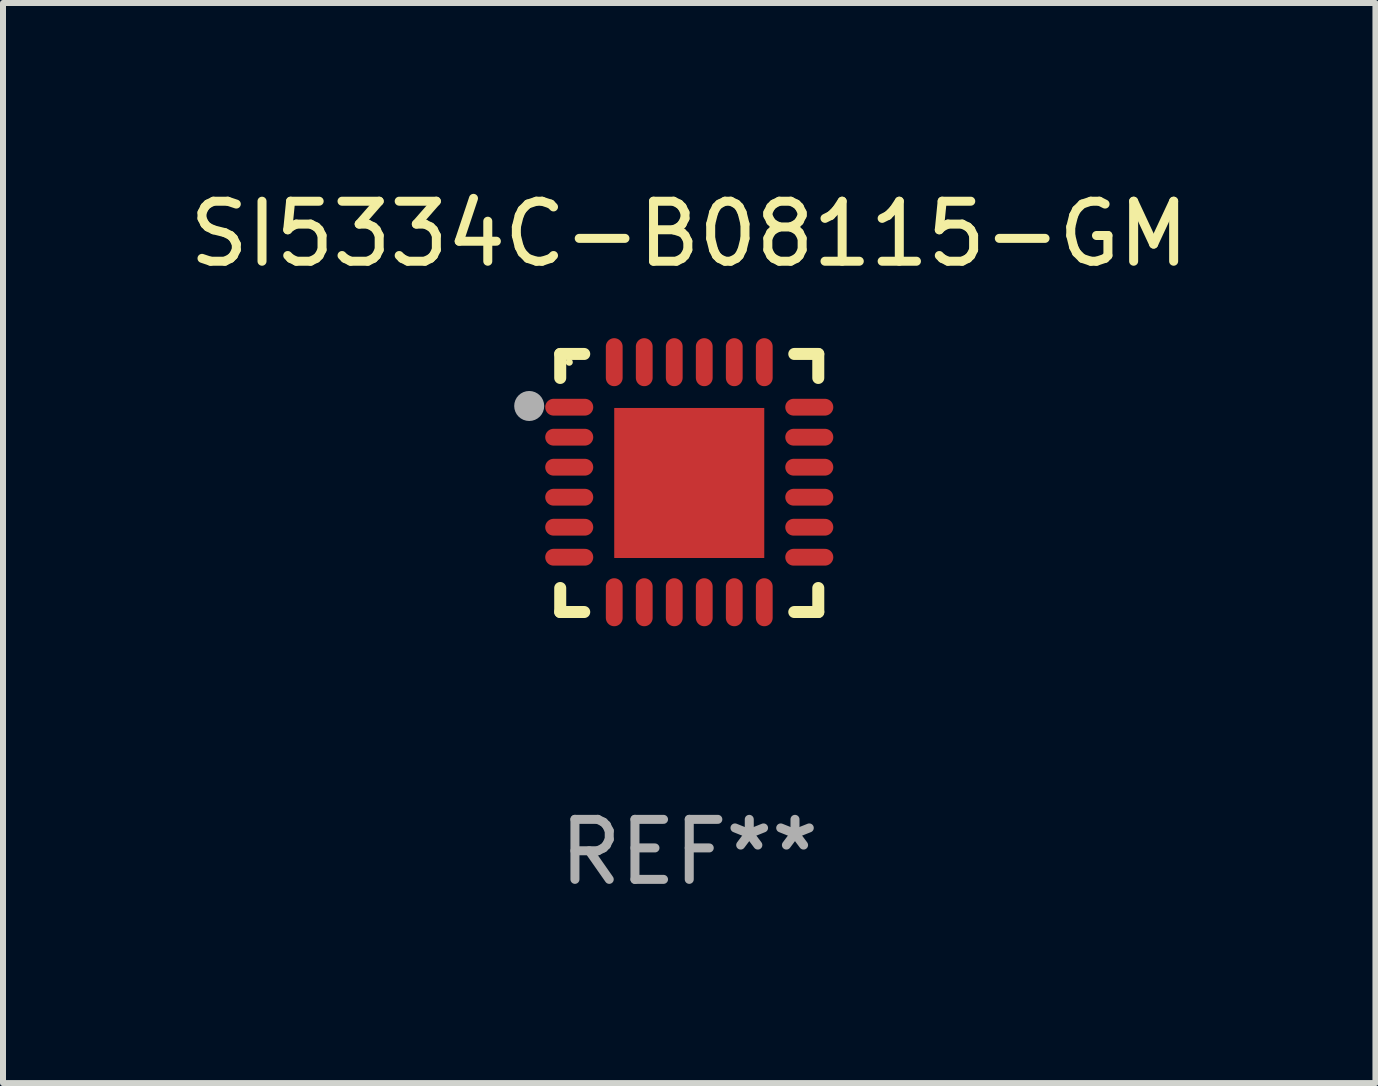
<source format=kicad_pcb>
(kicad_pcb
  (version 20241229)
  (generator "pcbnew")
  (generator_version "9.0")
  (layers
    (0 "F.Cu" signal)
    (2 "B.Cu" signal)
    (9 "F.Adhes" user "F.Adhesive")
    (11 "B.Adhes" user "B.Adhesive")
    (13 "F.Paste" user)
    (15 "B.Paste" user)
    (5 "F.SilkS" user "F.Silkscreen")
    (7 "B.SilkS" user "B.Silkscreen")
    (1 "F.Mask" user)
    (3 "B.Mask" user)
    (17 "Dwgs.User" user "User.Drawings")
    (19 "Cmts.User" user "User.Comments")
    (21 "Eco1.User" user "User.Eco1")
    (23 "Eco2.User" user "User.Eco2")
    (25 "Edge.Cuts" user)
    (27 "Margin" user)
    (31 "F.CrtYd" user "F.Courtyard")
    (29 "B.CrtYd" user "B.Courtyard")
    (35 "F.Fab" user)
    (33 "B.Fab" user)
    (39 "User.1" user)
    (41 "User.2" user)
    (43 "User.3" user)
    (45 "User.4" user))
  (footprint "SI5334C-B08115-GM"
    (layer "F.Cu")
    (at 8.435 4.998)
    (property "Reference" "SI5334C-B08115-GM" (at 0 -4.15 0) (layer "F.SilkS") (effects (font (size 1 1) (thickness 0.15))))
    (attr through_hole)
    (fp_line (start -2.15 -2.15) (end -1.75 -2.15) (stroke (width 0.2) (type solid)) (layer "F.SilkS"))
    (fp_line (start -2.15 -1.75) (end -2.15 -2.15) (stroke (width 0.2) (type solid)) (layer "F.SilkS"))
    (fp_line (start -2.15 2.15) (end -2.15 1.75) (stroke (width 0.2) (type solid)) (layer "F.SilkS"))
    (fp_line (start -1.75 2.15) (end -2.15 2.15) (stroke (width 0.2) (type solid)) (layer "F.SilkS"))
    (fp_line (start 1.75 -2.15) (end 2.15 -2.15) (stroke (width 0.2) (type solid)) (layer "F.SilkS"))
    (fp_line (start 1.75 2.15) (end 2.15 2.15) (stroke (width 0.2) (type solid)) (layer "F.SilkS"))
    (fp_line (start 2.15 -2.15) (end 2.15 -1.75) (stroke (width 0.2) (type solid)) (layer "F.SilkS"))
    (fp_line (start 2.15 2.15) (end 2.15 1.75) (stroke (width 0.2) (type solid)) (layer "F.SilkS"))
    (fp_circle (center -2 -2.013) (end -1.97 -2.013) (stroke (width 0.06) (type solid)) (fill no) (layer "F.SilkS"))
    (fp_circle (center -2.667 -1.283) (end -2.542 -1.283) (stroke (width 0.25) (type solid)) (fill no) (layer "F.Fab"))
    (fp_text user "REF**" (at 0 6.15 0) (layer "F.Fab") (effects (font (size 1 1) (thickness 0.15))))
    (pad "1" smd oval (at -2 -1.263) (size 0.8 0.28) (layers "F.Cu" "F.Mask" "F.Paste"))
    (pad "2" smd oval (at -2 -0.763) (size 0.8 0.28) (layers "F.Cu" "F.Mask" "F.Paste"))
    (pad "3" smd oval (at -2 -0.263) (size 0.8 0.28) (layers "F.Cu" "F.Mask" "F.Paste"))
    (pad "4" smd oval (at -2 0.237) (size 0.8 0.28) (layers "F.Cu" "F.Mask" "F.Paste"))
    (pad "5" smd oval (at -2 0.737) (size 0.8 0.28) (layers "F.Cu" "F.Mask" "F.Paste"))
    (pad "6" smd oval (at -2 1.237) (size 0.8 0.28) (layers "F.Cu" "F.Mask" "F.Paste"))
    (pad "7" smd oval (at -1.25 1.987) (size 0.28 0.8) (layers "F.Cu" "F.Mask" "F.Paste"))
    (pad "8" smd oval (at -0.75 1.987) (size 0.28 0.8) (layers "F.Cu" "F.Mask" "F.Paste"))
    (pad "9" smd oval (at -0.25 1.987) (size 0.28 0.8) (layers "F.Cu" "F.Mask" "F.Paste"))
    (pad "10" smd oval (at 0.25 1.987) (size 0.28 0.8) (layers "F.Cu" "F.Mask" "F.Paste"))
    (pad "11" smd oval (at 0.75 1.987) (size 0.28 0.8) (layers "F.Cu" "F.Mask" "F.Paste"))
    (pad "12" smd oval (at 1.25 1.987) (size 0.28 0.8) (layers "F.Cu" "F.Mask" "F.Paste"))
    (pad "13" smd oval (at 2 1.237) (size 0.8 0.28) (layers "F.Cu" "F.Mask" "F.Paste"))
    (pad "14" smd oval (at 2 0.737) (size 0.8 0.28) (layers "F.Cu" "F.Mask" "F.Paste"))
    (pad "15" smd oval (at 2 0.237) (size 0.8 0.28) (layers "F.Cu" "F.Mask" "F.Paste"))
    (pad "16" smd oval (at 2 -0.263) (size 0.8 0.28) (layers "F.Cu" "F.Mask" "F.Paste"))
    (pad "17" smd oval (at 2 -0.763) (size 0.8 0.28) (layers "F.Cu" "F.Mask" "F.Paste"))
    (pad "18" smd oval (at 2 -1.263) (size 0.8 0.28) (layers "F.Cu" "F.Mask" "F.Paste"))
    (pad "19" smd oval (at 1.25 -2.013) (size 0.28 0.8) (layers "F.Cu" "F.Mask" "F.Paste"))
    (pad "20" smd oval (at 0.75 -2.013) (size 0.28 0.8) (layers "F.Cu" "F.Mask" "F.Paste"))
    (pad "21" smd oval (at 0.25 -2.013) (size 0.28 0.8) (layers "F.Cu" "F.Mask" "F.Paste"))
    (pad "22" smd oval (at -0.25 -2.013) (size 0.28 0.8) (layers "F.Cu" "F.Mask" "F.Paste"))
    (pad "23" smd oval (at -0.75 -2.013) (size 0.28 0.8) (layers "F.Cu" "F.Mask" "F.Paste"))
    (pad "24" smd oval (at -1.25 -2.013) (size 0.28 0.8) (layers "F.Cu" "F.Mask" "F.Paste"))
    (pad "25" smd rect (at -0.000127 -0.00014) (size 2.5 2.5) (layers "F.Cu" "F.Mask" "F.Paste")))
  (gr_rect
    (start -3 -3)
    (end 19.869 14.997)
    (stroke (width 0.1) (type default))
    (fill no)
    (layer "Edge.Cuts")))
</source>
